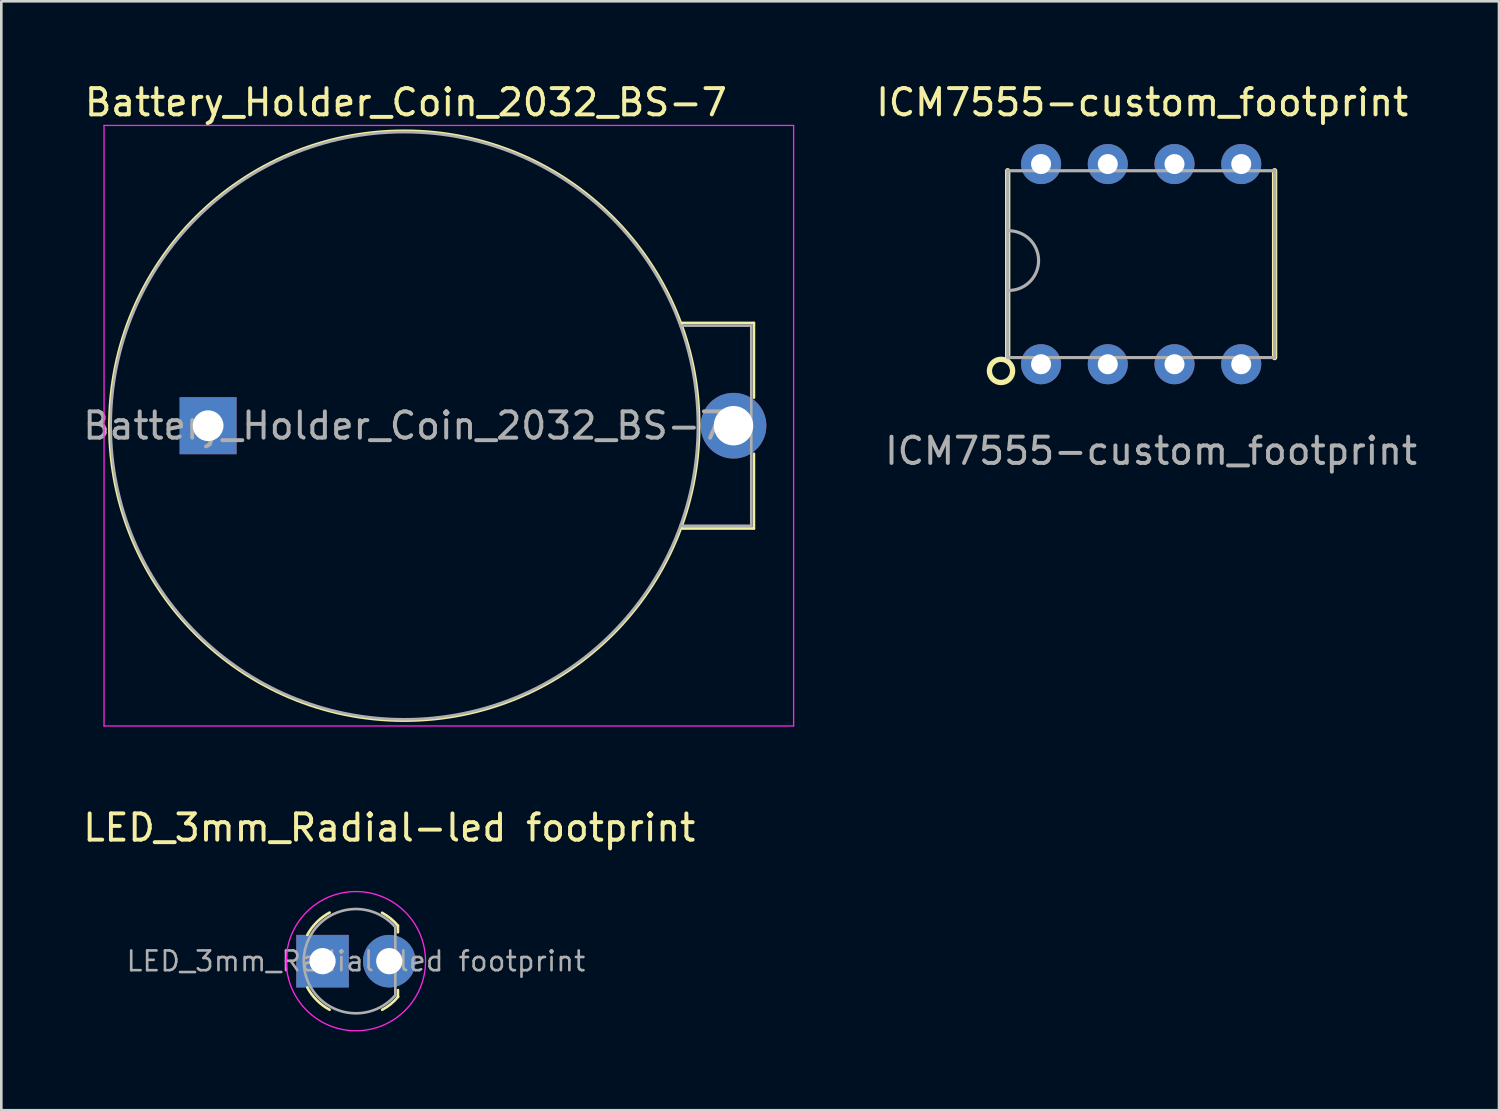
<source format=kicad_pcb>
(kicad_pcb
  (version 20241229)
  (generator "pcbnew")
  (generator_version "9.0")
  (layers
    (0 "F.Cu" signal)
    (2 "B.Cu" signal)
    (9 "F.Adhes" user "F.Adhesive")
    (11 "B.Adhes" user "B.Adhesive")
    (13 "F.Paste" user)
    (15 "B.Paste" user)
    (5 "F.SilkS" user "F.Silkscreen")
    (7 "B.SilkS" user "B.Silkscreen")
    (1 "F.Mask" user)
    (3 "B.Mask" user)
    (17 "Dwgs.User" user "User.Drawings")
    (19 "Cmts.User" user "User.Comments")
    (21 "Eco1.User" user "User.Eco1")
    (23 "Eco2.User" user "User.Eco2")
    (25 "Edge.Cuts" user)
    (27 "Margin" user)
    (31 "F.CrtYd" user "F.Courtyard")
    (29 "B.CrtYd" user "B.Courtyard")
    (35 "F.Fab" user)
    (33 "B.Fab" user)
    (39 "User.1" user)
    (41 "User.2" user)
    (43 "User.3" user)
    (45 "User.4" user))
  (footprint "ICM7555-custom_footprint"
    (layer "F.Cu")
    (at 40.389 7.005)
    (property "Reference" "ICM7555-custom_footprint" (at 0.041 -6.157 0) (unlocked yes) (layer "F.SilkS") (effects (font (size 1 1) (thickness 0.15))))
    (attr smd)
    (fp_line (start -5.08 -3.556) (end -5.08 3.556) (stroke (width 0.203) (type solid)) (layer "F.SilkS"))
    (fp_line (start 5.08 -3.556) (end 5.08 3.556) (stroke (width 0.203) (type solid)) (layer "F.SilkS"))
    (fp_circle (center -5.334 4.064) (end -4.892 4.064) (stroke (width 0.203) (type solid)) (fill no) (layer "F.SilkS"))
    (fp_line (start -5.08 -3.556) (end 5.08 -3.556) (stroke (width 0.12) (type solid)) (layer "F.Fab"))
    (fp_line (start -5.08 3.556) (end -5.08 -3.556) (stroke (width 0.12) (type solid)) (layer "F.Fab"))
    (fp_line (start 5.08 -3.556) (end 5.08 3.556) (stroke (width 0.12) (type solid)) (layer "F.Fab"))
    (fp_line (start 5.08 3.556) (end -5.08 3.556) (stroke (width 0.12) (type solid)) (layer "F.Fab"))
    (fp_arc (start -5.08 -1.27) (mid -3.905 -0.175) (end -5 1) (stroke (width 0.12) (type solid)) (layer "F.Fab"))
    (fp_text user "${REFERENCE}" (at 0.378 7.112 0) (unlocked yes) (layer "F.Fab") (effects (font (size 1 1) (thickness 0.15))))
    (pad "1" thru_hole circle (at -3.81 3.81) (size 1.524 1.524) (drill 0.762) (layers "*.Cu" "*.Mask"))
    (pad "2" thru_hole circle (at -1.27 3.81) (size 1.524 1.524) (drill 0.762) (layers "*.Cu" "*.Mask"))
    (pad "3" thru_hole circle (at 1.27 3.81) (size 1.524 1.524) (drill 0.762) (layers "*.Cu" "*.Mask"))
    (pad "4" thru_hole circle (at 3.81 3.81) (size 1.524 1.524) (drill 0.762) (layers "*.Cu" "*.Mask"))
    (pad "5" thru_hole circle (at 3.81 -3.81) (size 1.524 1.524) (drill 0.762) (layers "*.Cu" "*.Mask"))
    (pad "6" thru_hole circle (at 1.27 -3.81) (size 1.524 1.524) (drill 0.762) (layers "*.Cu" "*.Mask"))
    (pad "7" thru_hole circle (at -1.27 -3.81) (size 1.524 1.524) (drill 0.762) (layers "*.Cu" "*.Mask"))
    (pad "8" thru_hole circle (at -3.81 -3.81) (size 1.524 1.524) (drill 0.762) (layers "*.Cu" "*.Mask")))
  (footprint "Battery_Holder_Coin_2032_BS-7"
    (layer "F.Cu")
    (at 4.872 13.155)
    (property "Reference" "Battery_Holder_Coin_2032_BS-7" (at 7.529 -12.306 0) (layer "F.SilkS") (effects (font (size 1 1) (thickness 0.15))))
    (attr through_hole)
    (fp_line (start 18.034 -3.912) (end 20.777 -3.912) (stroke (width 0.1) (type solid)) (layer "F.SilkS"))
    (fp_line (start 18.034 3.912) (end 20.777 3.912) (stroke (width 0.1) (type solid)) (layer "F.SilkS"))
    (fp_line (start 20.777 -3.912) (end 20.777 -1.067) (stroke (width 0.1) (type solid)) (layer "F.SilkS"))
    (fp_line (start 20.777 3.912) (end 20.777 1.067) (stroke (width 0.1) (type solid)) (layer "F.SilkS"))
    (fp_circle (center 7.468 0) (end -3.759 0) (stroke (width 0.1) (type solid)) (fill no) (layer "F.SilkS"))
    (fp_line (start -3.962 -11.43) (end -3.962 11.43) (stroke (width 0.05) (type solid)) (layer "F.CrtYd"))
    (fp_line (start -3.962 -11.43) (end 22.288 -11.43) (stroke (width 0.05) (type solid)) (layer "F.CrtYd"))
    (fp_line (start -3.962 11.43) (end 22.288 11.43) (stroke (width 0.05) (type solid)) (layer "F.CrtYd"))
    (fp_line (start 22.288 -11.43) (end 22.288 11.43) (stroke (width 0.05) (type solid)) (layer "F.CrtYd"))
    (fp_line (start 17.983 -3.81) (end 20.676 -3.81) (stroke (width 0.1) (type solid)) (layer "F.Fab"))
    (fp_line (start 17.983 3.81) (end 20.676 3.81) (stroke (width 0.1) (type solid)) (layer "F.Fab"))
    (fp_line (start 20.676 -3.81) (end 20.676 3.81) (stroke (width 0.1) (type solid)) (layer "F.Fab"))
    (fp_circle (center 7.468 0) (end -3.708 0) (stroke (width 0.1) (type solid)) (fill no) (layer "F.Fab"))
    (fp_text user "${REFERENCE}" (at 7.468 0 0) (layer "F.Fab") (effects (font (size 1 1) (thickness 0.15))))
    (pad "Neg" thru_hole rect (at 0 0) (size 2.17 2.17) (drill 1.17) (layers "*.Cu" "*.Mask"))
    (pad "Pos" thru_hole circle (at 20 0) (size 2.5 2.5) (drill 1.5) (layers "*.Cu" "*.Mask")))
  (footprint "LED_3mm_Radial-led footprint"
    (layer "F.Cu")
    (at 11.768 33.538)
    (property "Reference" "LED_3mm_Radial-led footprint" (at 0 -5.08 0) (layer "F.SilkS") (effects (font (size 1 1) (thickness 0.15))))
    (attr through_hole)
    (fp_line (start 0.33 -1.35) (end 0.33 -1.1) (stroke (width 0.1) (type solid)) (layer "F.SilkS"))
    (fp_line (start 0.33 1.35) (end 0.33 1.1) (stroke (width 0.1) (type solid)) (layer "F.SilkS"))
    (fp_arc (start -3.12 -1) (mid -2.757027 -1.487027) (end -2.27 -1.85) (stroke (width 0.1) (type solid)) (layer "F.SilkS"))
    (fp_arc (start -2.27 1.85) (mid -2.757027 1.487027) (end -3.12 1) (stroke (width 0.1) (type solid)) (layer "F.SilkS"))
    (fp_arc (start -0.274533 -1.841615) (mid 0.050808 -1.624182) (end 0.33 -1.35) (stroke (width 0.1) (type solid)) (layer "F.SilkS"))
    (fp_arc (start 0.337285 1.356147) (mid 0.056822 1.631577) (end -0.27 1.85) (stroke (width 0.1) (type solid)) (layer "F.SilkS"))
    (fp_circle (center -1.27 0) (end 1.38 0) (stroke (width 0.05) (type solid)) (fill no) (layer "F.CrtYd"))
    (fp_line (start 0.23 -1.3) (end 0.23 1.3) (stroke (width 0.1) (type solid)) (layer "F.Fab"))
    (fp_arc (start 0.23 1.3) (mid -3.254943 0) (end 0.23 -1.3) (stroke (width 0.1) (type solid)) (layer "F.Fab"))
    (fp_text user "${REFERENCE}" (at -1.27 0 0) (layer "F.Fab") (effects (font (size 0.75 0.75) (thickness 0.1))))
    (pad "1" thru_hole rect (at -2.54 0) (size 2 2) (drill 1) (layers "*.Cu" "*.Mask"))
    (pad "2" thru_hole circle (at 0 0) (size 2 2) (drill 1) (layers "*.Cu" "*.Mask")))
  (gr_rect
    (start -3 -3)
    (end 54.011 39.213)
    (stroke (width 0.1) (type default))
    (fill no)
    (layer "Edge.Cuts")))
</source>
